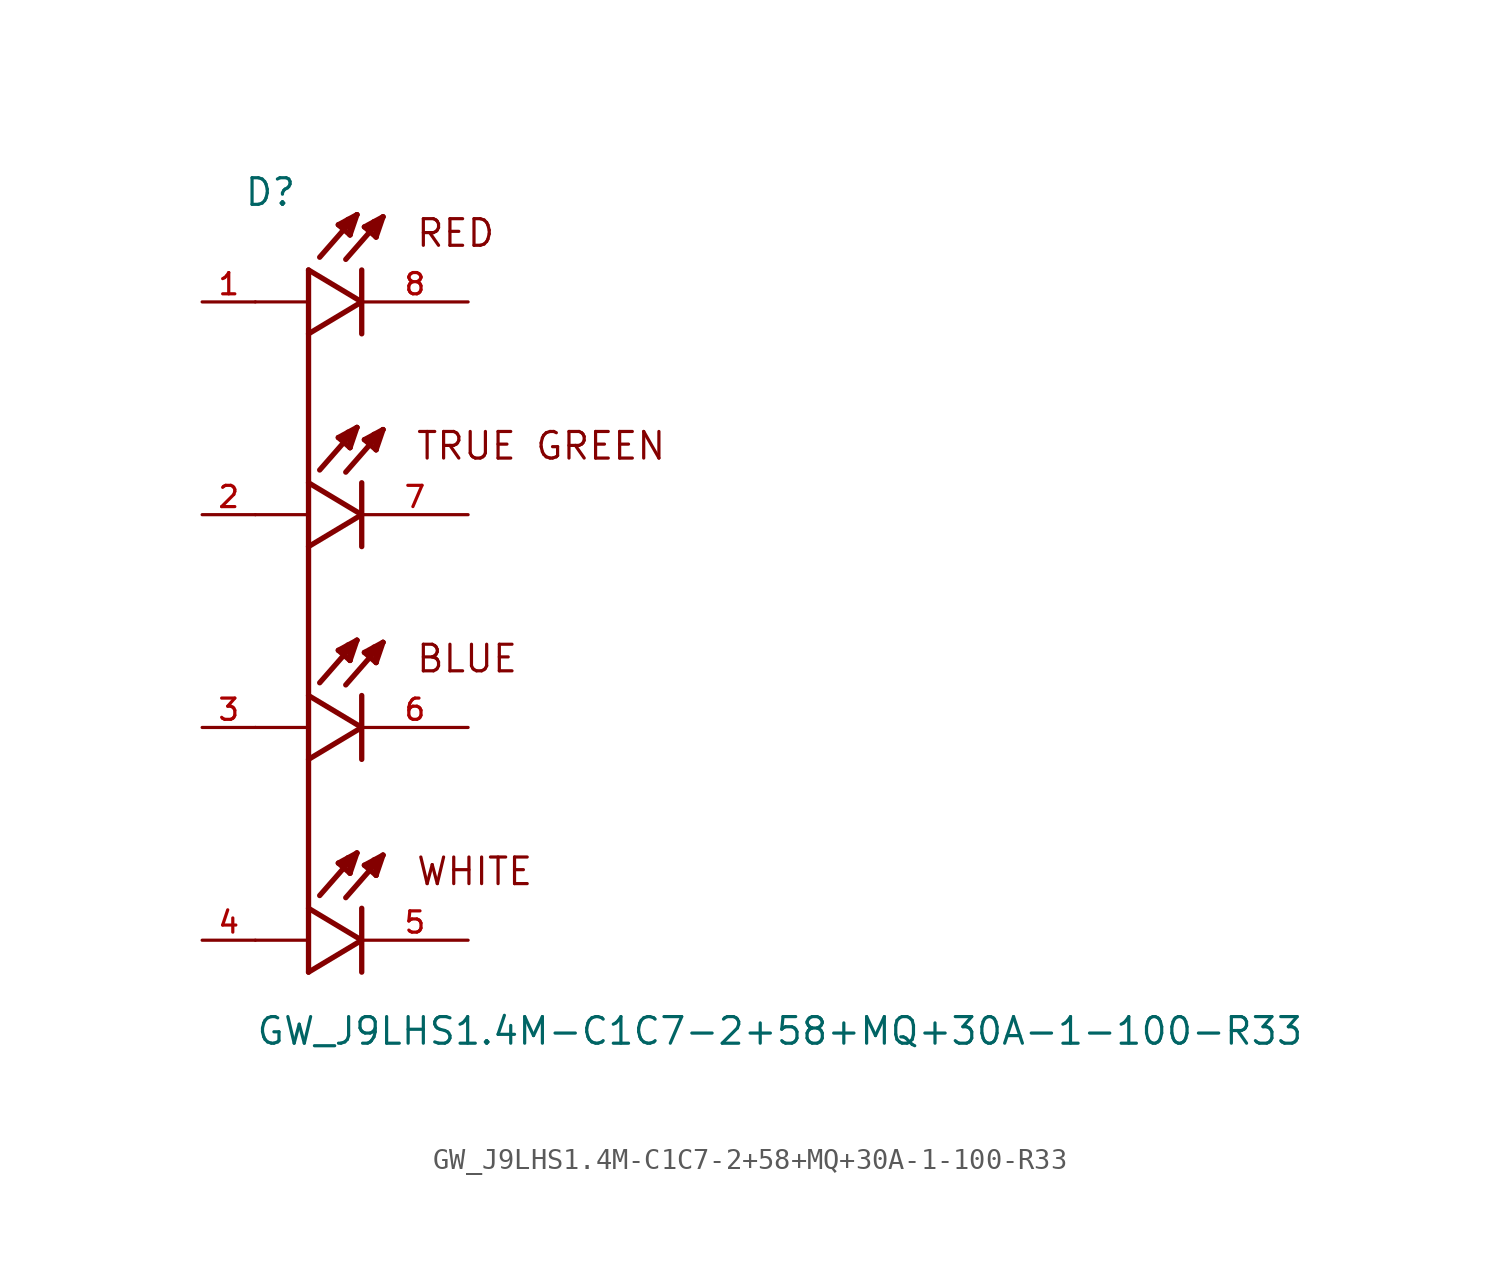
<source format=kicad_sym>
(kicad_symbol_lib
  (version 20211014)
  (generator kicad_symbol_editor)
  (symbol "GW_J9LHS1.4M-C1C7-2+58+MQ+30A-1-100-R33"
    (pin_names
      (offset 1.016))
    (property "Reference" "D"
      (at -5.639 19.736 0)
      (effects (font (size 1.27 1.27)) (justify bottom left)))
    (property "Value" "GW_J9LHS1.4M-C1C7-2+58+MQ+30A-1-100-R33"
      (at -5.08 -20.32 0)
      (effects (font (size 1.27 1.27)) (justify bottom left)))
    (symbol "GW_J9LHS1.4M-C1C7-2+58+MQ+30A-1-100-R33_0_0"
      (polyline (pts (xy -2.54 13.716) (xy 0.0 15.24)) (stroke (width 0.254)))
      (polyline (pts (xy 0.0 15.24) (xy -2.54 16.764)) (stroke (width 0.254)))
      (polyline (pts (xy 0.0 16.764) (xy 0.0 13.716)) (stroke (width 0.254)))
      (polyline (pts (xy -2.54 15.24) (xy -5.08 15.24)) (stroke (width 0.152)))
      (polyline (pts (xy 1.016 19.304) (xy -0.762 17.272)) (stroke (width 0.254)))
      (polyline (pts (xy 0.686 18.339) (xy 0.127 18.821)) (stroke (width 0.254)))
      (polyline (pts (xy 0.127 18.821) (xy 1.016 19.304)) (stroke (width 0.254)))
      (polyline (pts (xy 1.016 19.304) (xy 0.686 18.339)) (stroke (width 0.254)))
      (polyline (pts (xy 0.686 18.339) (xy 0.711 19.075)) (stroke (width 0.254)))
      (polyline (pts (xy 0.711 19.075) (xy 0.584 19.075)) (stroke (width 0.254)))
      (polyline (pts (xy 0.305 18.745) (xy 0.533 18.898)) (stroke (width 0.254)))
      (polyline (pts (xy -0.229 19.406) (xy -2.007 17.374)) (stroke (width 0.254)))
      (polyline (pts (xy -0.559 18.44) (xy -1.118 18.923)) (stroke (width 0.254)))
      (polyline (pts (xy -1.118 18.923) (xy -0.229 19.406)) (stroke (width 0.254)))
      (polyline (pts (xy -0.229 19.406) (xy -0.559 18.44)) (stroke (width 0.254)))
      (polyline (pts (xy -0.559 18.44) (xy -0.533 19.177)) (stroke (width 0.254)))
      (polyline (pts (xy -0.533 19.177) (xy -0.66 19.177)) (stroke (width 0.254)))
      (polyline (pts (xy -0.94 18.847) (xy -0.711 18.999)) (stroke (width 0.254)))
      (polyline (pts (xy -2.54 3.556) (xy 0.0 5.08)) (stroke (width 0.254)))
      (polyline (pts (xy 0.0 5.08) (xy -2.54 6.604)) (stroke (width 0.254)))
      (polyline (pts (xy 0.0 6.604) (xy 0.0 3.556)) (stroke (width 0.254)))
      (polyline (pts (xy -2.54 5.08) (xy -5.08 5.08)) (stroke (width 0.152)))
      (polyline (pts (xy 1.016 9.144) (xy -0.762 7.112)) (stroke (width 0.254)))
      (polyline (pts (xy 0.686 8.179) (xy 0.127 8.661)) (stroke (width 0.254)))
      (polyline (pts (xy 0.127 8.661) (xy 1.016 9.144)) (stroke (width 0.254)))
      (polyline (pts (xy 1.016 9.144) (xy 0.686 8.179)) (stroke (width 0.254)))
      (polyline (pts (xy 0.686 8.179) (xy 0.711 8.915)) (stroke (width 0.254)))
      (polyline (pts (xy 0.711 8.915) (xy 0.584 8.915)) (stroke (width 0.254)))
      (polyline (pts (xy 0.305 8.585) (xy 0.533 8.738)) (stroke (width 0.254)))
      (polyline (pts (xy -0.229 9.246) (xy -2.007 7.214)) (stroke (width 0.254)))
      (polyline (pts (xy -0.559 8.28) (xy -1.118 8.763)) (stroke (width 0.254)))
      (polyline (pts (xy -1.118 8.763) (xy -0.229 9.246)) (stroke (width 0.254)))
      (polyline (pts (xy -0.229 9.246) (xy -0.559 8.28)) (stroke (width 0.254)))
      (polyline (pts (xy -0.559 8.28) (xy -0.533 9.017)) (stroke (width 0.254)))
      (polyline (pts (xy -0.533 9.017) (xy -0.66 9.017)) (stroke (width 0.254)))
      (polyline (pts (xy -0.94 8.687) (xy -0.711 8.839)) (stroke (width 0.254)))
      (polyline (pts (xy -2.54 -6.604) (xy 0.0 -5.08)) (stroke (width 0.254)))
      (polyline (pts (xy 0.0 -5.08) (xy -2.54 -3.556)) (stroke (width 0.254)))
      (polyline (pts (xy 0.0 -3.556) (xy 0.0 -6.604)) (stroke (width 0.254)))
      (polyline (pts (xy -2.54 -5.08) (xy -5.08 -5.08)) (stroke (width 0.152)))
      (polyline (pts (xy 1.016 -1.016) (xy -0.762 -3.048)) (stroke (width 0.254)))
      (polyline (pts (xy 0.686 -1.981) (xy 0.127 -1.499)) (stroke (width 0.254)))
      (polyline (pts (xy 0.127 -1.499) (xy 1.016 -1.016)) (stroke (width 0.254)))
      (polyline (pts (xy 1.016 -1.016) (xy 0.686 -1.981)) (stroke (width 0.254)))
      (polyline (pts (xy 0.686 -1.981) (xy 0.711 -1.245)) (stroke (width 0.254)))
      (polyline (pts (xy 0.711 -1.245) (xy 0.584 -1.245)) (stroke (width 0.254)))
      (polyline (pts (xy 0.305 -1.575) (xy 0.533 -1.422)) (stroke (width 0.254)))
      (polyline (pts (xy -0.229 -0.914) (xy -2.007 -2.946)) (stroke (width 0.254)))
      (polyline (pts (xy -0.559 -1.88) (xy -1.118 -1.397)) (stroke (width 0.254)))
      (polyline (pts (xy -1.118 -1.397) (xy -0.229 -0.914)) (stroke (width 0.254)))
      (polyline (pts (xy -0.229 -0.914) (xy -0.559 -1.88)) (stroke (width 0.254)))
      (polyline (pts (xy -0.559 -1.88) (xy -0.533 -1.143)) (stroke (width 0.254)))
      (polyline (pts (xy -0.533 -1.143) (xy -0.66 -1.143)) (stroke (width 0.254)))
      (polyline (pts (xy -0.94 -1.473) (xy -0.711 -1.321)) (stroke (width 0.254)))
      (polyline (pts (xy -2.54 -16.764) (xy 0.0 -15.24)) (stroke (width 0.254)))
      (polyline (pts (xy 0.0 -15.24) (xy -2.54 -13.716)) (stroke (width 0.254)))
      (polyline (pts (xy 0.0 -13.716) (xy 0.0 -16.764)) (stroke (width 0.254)))
      (polyline (pts (xy -2.54 -15.24) (xy -5.08 -15.24)) (stroke (width 0.152)))
      (polyline (pts (xy 1.016 -11.176) (xy -0.762 -13.208)) (stroke (width 0.254)))
      (polyline (pts (xy 0.686 -12.141) (xy 0.127 -11.659)) (stroke (width 0.254)))
      (polyline (pts (xy 0.127 -11.659) (xy 1.016 -11.176)) (stroke (width 0.254)))
      (polyline (pts (xy 1.016 -11.176) (xy 0.686 -12.141)) (stroke (width 0.254)))
      (polyline (pts (xy 0.686 -12.141) (xy 0.711 -11.405)) (stroke (width 0.254)))
      (polyline (pts (xy 0.711 -11.405) (xy 0.584 -11.405)) (stroke (width 0.254)))
      (polyline (pts (xy 0.305 -11.735) (xy 0.533 -11.582)) (stroke (width 0.254)))
      (polyline (pts (xy -0.229 -11.074) (xy -2.007 -13.106)) (stroke (width 0.254)))
      (polyline (pts (xy -0.559 -12.04) (xy -1.118 -11.557)) (stroke (width 0.254)))
      (polyline (pts (xy -1.118 -11.557) (xy -0.229 -11.074)) (stroke (width 0.254)))
      (polyline (pts (xy -0.229 -11.074) (xy -0.559 -12.04)) (stroke (width 0.254)))
      (polyline (pts (xy -0.559 -12.04) (xy -0.533 -11.303)) (stroke (width 0.254)))
      (polyline (pts (xy -0.533 -11.303) (xy -0.66 -11.303)) (stroke (width 0.254)))
      (polyline (pts (xy -0.94 -11.633) (xy -0.711 -11.481)) (stroke (width 0.254)))
      (text "RED" (at 2.54 17.78 0) (effects (font (size 1.27 1.27)) (justify bottom left)))
      (text "TRUE GREEN" (at 2.54 7.62 0) (effects (font (size 1.27 1.27)) (justify bottom left)))
      (text "BLUE" (at 2.54 -2.54 0) (effects (font (size 1.27 1.27)) (justify bottom left)))
      (text "WHITE" (at 2.54 -12.7 0) (effects (font (size 1.27 1.27)) (justify bottom left)))
      (rectangle (start -2.54 -16.764) (end -2.54 16.764) (stroke (width 0.254)) (fill (type background)))
      (pin passive line (at 5.08 15.24 180.0) (length 5.08) (name "~" (effects (font (size 1.016 1.016)))) (number "8" (effects (font (size 1.016 1.016)))))
      (pin passive line (at -7.62 15.24 0) (length 2.54) (name "~" (effects (font (size 1.016 1.016)))) (number "1" (effects (font (size 1.016 1.016)))))
      (pin passive line (at 5.08 5.08 180.0) (length 5.08) (name "~" (effects (font (size 1.016 1.016)))) (number "7" (effects (font (size 1.016 1.016)))))
      (pin passive line (at -7.62 5.08 0) (length 2.54) (name "~" (effects (font (size 1.016 1.016)))) (number "2" (effects (font (size 1.016 1.016)))))
      (pin passive line (at 5.08 -5.08 180.0) (length 5.08) (name "~" (effects (font (size 1.016 1.016)))) (number "6" (effects (font (size 1.016 1.016)))))
      (pin passive line (at -7.62 -5.08 0) (length 2.54) (name "~" (effects (font (size 1.016 1.016)))) (number "3" (effects (font (size 1.016 1.016)))))
      (pin passive line (at 5.08 -15.24 180.0) (length 5.08) (name "~" (effects (font (size 1.016 1.016)))) (number "5" (effects (font (size 1.016 1.016)))))
      (pin passive line (at -7.62 -15.24 0) (length 2.54) (name "~" (effects (font (size 1.016 1.016)))) (number "4" (effects (font (size 1.016 1.016))))))))
</source>
